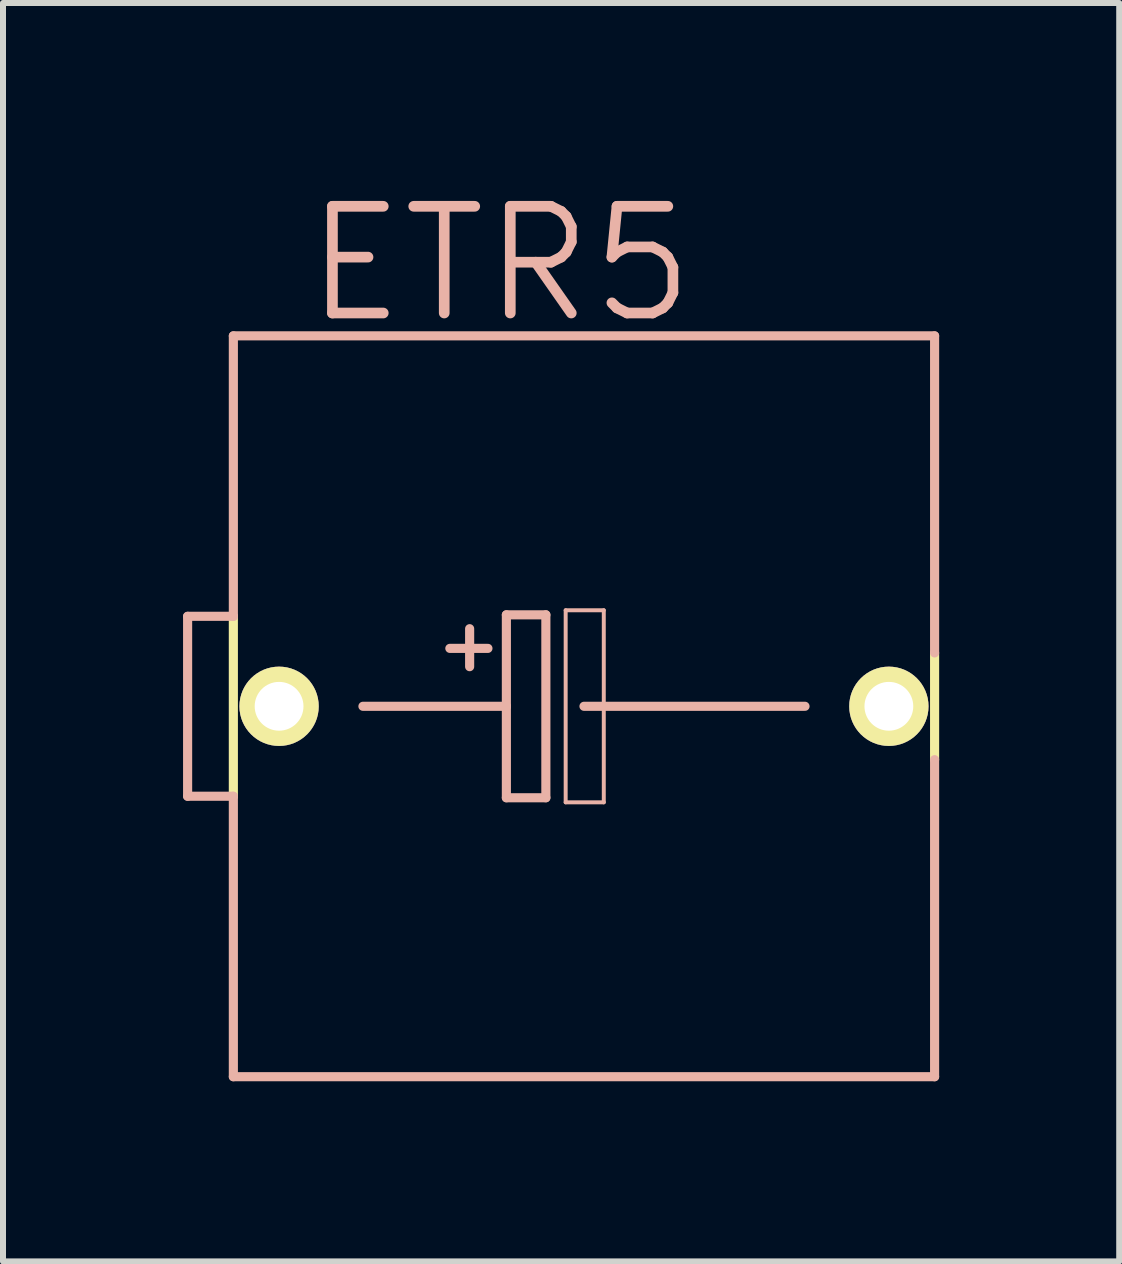
<source format=kicad_pcb>
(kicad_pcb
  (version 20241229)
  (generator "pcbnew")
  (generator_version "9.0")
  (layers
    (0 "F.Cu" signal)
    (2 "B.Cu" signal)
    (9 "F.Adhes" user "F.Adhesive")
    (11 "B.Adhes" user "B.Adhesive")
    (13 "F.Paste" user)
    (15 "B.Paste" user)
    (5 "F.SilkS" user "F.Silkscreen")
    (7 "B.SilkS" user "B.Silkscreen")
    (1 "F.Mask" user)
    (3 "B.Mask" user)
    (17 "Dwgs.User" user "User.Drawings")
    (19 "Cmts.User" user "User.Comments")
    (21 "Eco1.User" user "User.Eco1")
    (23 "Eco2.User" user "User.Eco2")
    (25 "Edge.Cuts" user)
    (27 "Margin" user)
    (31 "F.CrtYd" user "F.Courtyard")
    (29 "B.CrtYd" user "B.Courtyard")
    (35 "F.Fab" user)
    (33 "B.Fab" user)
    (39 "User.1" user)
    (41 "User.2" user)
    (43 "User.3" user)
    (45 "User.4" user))
  (footprint "ETR5"
    (layer "F.Cu")
    (at 6.68 8.718)
    (property "Reference" "ETR5" (at -1.397 -7.366 0) (layer "B.SilkS") (effects (font (size 1.778 1.778) (thickness 0.178))))
    (attr exclude_from_pos_files exclude_from_bom)
    (fp_line (start -5.842 1.499) (end -5.842 -1.499) (stroke (width 0.152) (type solid)) (layer "F.SilkS"))
    (fp_line (start 5.842 -0.889) (end 5.842 0.889) (stroke (width 0.152) (type solid)) (layer "F.SilkS"))
    (fp_line (start -6.604 -1.499) (end -6.604 1.499) (stroke (width 0.152) (type solid)) (layer "B.SilkS"))
    (fp_line (start -6.604 1.499) (end -5.842 1.499) (stroke (width 0.152) (type solid)) (layer "B.SilkS"))
    (fp_line (start -5.842 -1.499) (end -6.604 -1.499) (stroke (width 0.152) (type solid)) (layer "B.SilkS"))
    (fp_line (start -5.842 -1.499) (end -5.842 -6.172) (stroke (width 0.152) (type solid)) (layer "B.SilkS"))
    (fp_line (start -5.842 6.172) (end -5.842 1.499) (stroke (width 0.152) (type solid)) (layer "B.SilkS"))
    (fp_line (start -5.842 6.172) (end 5.842 6.172) (stroke (width 0.152) (type solid)) (layer "B.SilkS"))
    (fp_line (start -3.683 0) (end -1.293 0) (stroke (width 0.152) (type solid)) (layer "B.SilkS"))
    (fp_line (start -1.905 -1.293) (end -1.905 -0.66) (stroke (width 0.152) (type solid)) (layer "B.SilkS"))
    (fp_line (start -1.6 -0.965) (end -2.235 -0.965) (stroke (width 0.152) (type solid)) (layer "B.SilkS"))
    (fp_line (start -1.293 -1.524) (end -0.635 -1.524) (stroke (width 0.152) (type solid)) (layer "B.SilkS"))
    (fp_line (start -1.293 0) (end -1.293 -1.524) (stroke (width 0.152) (type solid)) (layer "B.SilkS"))
    (fp_line (start -1.293 1.524) (end -1.293 0) (stroke (width 0.152) (type solid)) (layer "B.SilkS"))
    (fp_line (start -0.635 -1.524) (end -0.635 1.524) (stroke (width 0.152) (type solid)) (layer "B.SilkS"))
    (fp_line (start -0.635 1.524) (end -1.293 1.524) (stroke (width 0.152) (type solid)) (layer "B.SilkS"))
    (fp_line (start -0.305 -1.6) (end 0.33 -1.6) (stroke (width 0.066) (type solid)) (layer "B.SilkS"))
    (fp_line (start -0.305 1.6) (end -0.305 -1.6) (stroke (width 0.066) (type solid)) (layer "B.SilkS"))
    (fp_line (start -0.305 1.6) (end 0.33 1.6) (stroke (width 0.066) (type solid)) (layer "B.SilkS"))
    (fp_line (start 0 0) (end 3.683 0) (stroke (width 0.152) (type solid)) (layer "B.SilkS"))
    (fp_line (start 0.33 1.6) (end 0.33 -1.6) (stroke (width 0.066) (type solid)) (layer "B.SilkS"))
    (fp_line (start 5.842 -6.172) (end -5.842 -6.172) (stroke (width 0.152) (type solid)) (layer "B.SilkS"))
    (fp_line (start 5.842 -0.889) (end 5.842 -6.172) (stroke (width 0.152) (type solid)) (layer "B.SilkS"))
    (fp_line (start 5.842 6.172) (end 5.842 0.889) (stroke (width 0.152) (type solid)) (layer "B.SilkS"))
    (pad "+" thru_hole circle (at -5.08 0) (size 1.321 1.321) (drill 0.813) (layers "*.Cu" "F.Mask" "F.SilkS" "F.Paste"))
    (pad "-" thru_hole circle (at 5.08 0) (size 1.321 1.321) (drill 0.813) (layers "*.Cu" "F.Mask" "F.SilkS" "F.Paste")))
  (gr_rect
    (start -3 -3)
    (end 15.598 17.967)
    (stroke (width 0.1) (type default))
    (fill no)
    (layer "Edge.Cuts")))
</source>
